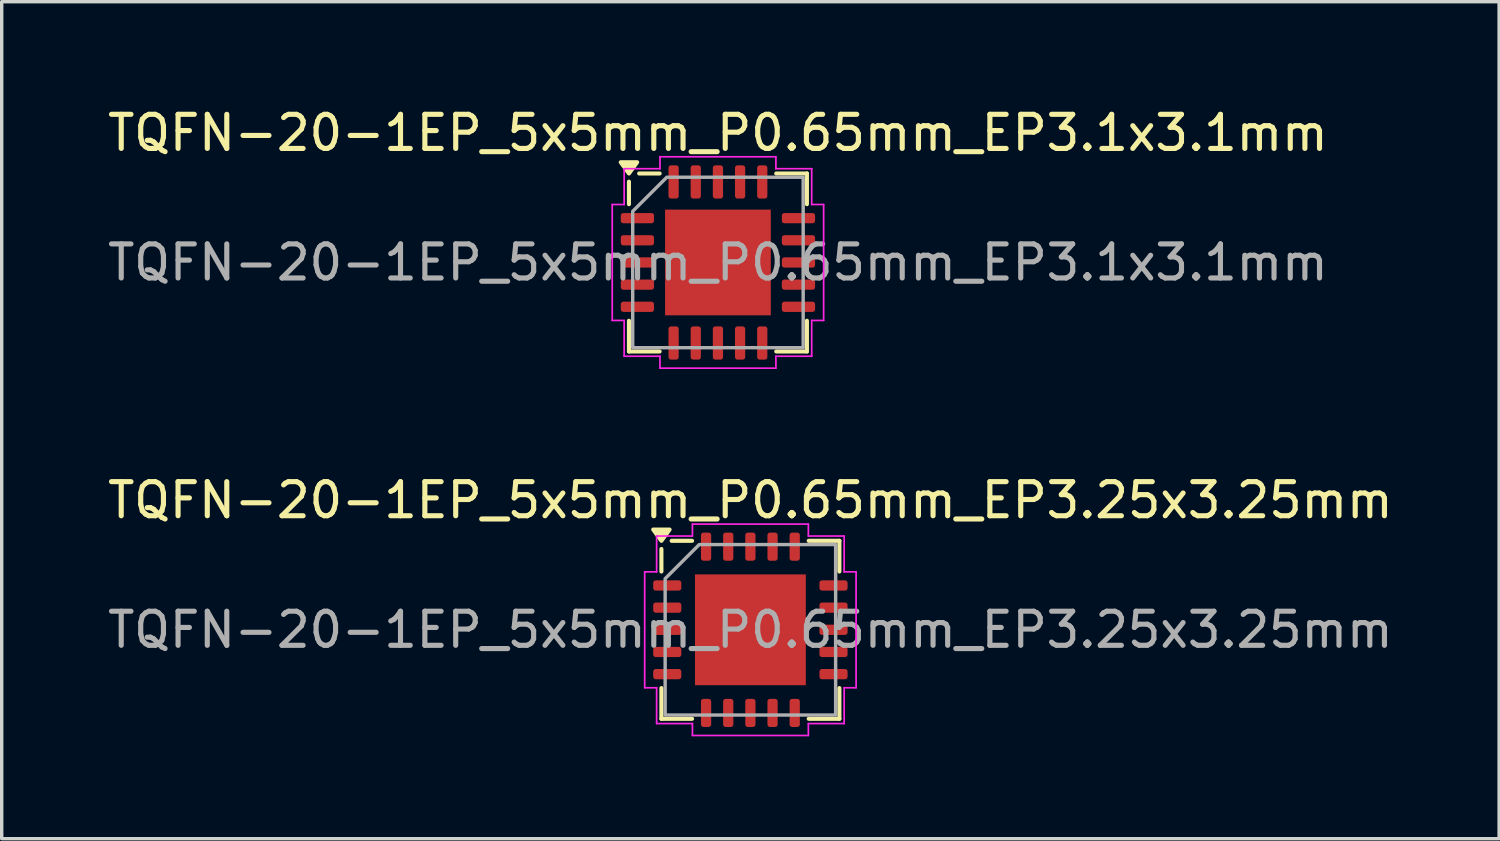
<source format=kicad_pcb>
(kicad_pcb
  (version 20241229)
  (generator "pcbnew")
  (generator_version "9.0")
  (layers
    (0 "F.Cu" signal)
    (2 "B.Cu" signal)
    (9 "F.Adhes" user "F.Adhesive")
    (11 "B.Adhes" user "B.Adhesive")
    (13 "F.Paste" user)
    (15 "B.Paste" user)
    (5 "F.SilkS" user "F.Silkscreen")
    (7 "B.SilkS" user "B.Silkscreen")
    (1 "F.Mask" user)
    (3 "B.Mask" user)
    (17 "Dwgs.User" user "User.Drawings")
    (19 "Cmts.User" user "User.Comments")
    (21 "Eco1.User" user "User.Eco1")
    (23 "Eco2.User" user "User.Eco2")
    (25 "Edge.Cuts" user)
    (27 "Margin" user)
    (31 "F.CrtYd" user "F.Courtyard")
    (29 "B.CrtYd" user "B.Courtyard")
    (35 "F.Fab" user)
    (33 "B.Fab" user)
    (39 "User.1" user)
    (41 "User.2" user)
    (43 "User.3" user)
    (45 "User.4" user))
  (footprint "TQFN-20-1EP_5x5mm_P0.65mm_EP3.25x3.25mm"
    (layer "F.Cu")
    (at 18.958 15.421)
    (property "Reference" "TQFN-20-1EP_5x5mm_P0.65mm_EP3.25x3.25mm" (at 0 -3.8 0) (layer "F.SilkS") (effects (font (size 1 1) (thickness 0.15))))
    (attr smd)
    (fp_line (start -2.61 -1.71) (end -2.61 -2.37) (stroke (width 0.12) (type solid)) (layer "F.SilkS"))
    (fp_line (start -2.61 2.61) (end -2.61 1.71) (stroke (width 0.12) (type solid)) (layer "F.SilkS"))
    (fp_line (start -1.71 -2.61) (end -2.31 -2.61) (stroke (width 0.12) (type solid)) (layer "F.SilkS"))
    (fp_line (start -1.71 2.61) (end -2.61 2.61) (stroke (width 0.12) (type solid)) (layer "F.SilkS"))
    (fp_line (start 1.71 -2.61) (end 2.61 -2.61) (stroke (width 0.12) (type solid)) (layer "F.SilkS"))
    (fp_line (start 1.71 2.61) (end 2.61 2.61) (stroke (width 0.12) (type solid)) (layer "F.SilkS"))
    (fp_line (start 2.61 -2.61) (end 2.61 -1.71) (stroke (width 0.12) (type solid)) (layer "F.SilkS"))
    (fp_line (start 2.61 2.61) (end 2.61 1.71) (stroke (width 0.12) (type solid)) (layer "F.SilkS"))
    (fp_poly (pts (xy -2.61 -2.61) (xy -2.85 -2.94) (xy -2.37 -2.94)) (stroke (width 0.12) (type solid)) (fill yes) (layer "F.SilkS"))
    (fp_line (start -3.1 -1.7) (end -2.75 -1.7) (stroke (width 0.05) (type solid)) (layer "F.CrtYd"))
    (fp_line (start -3.1 1.7) (end -3.1 -1.7) (stroke (width 0.05) (type solid)) (layer "F.CrtYd"))
    (fp_line (start -2.75 -2.75) (end -1.7 -2.75) (stroke (width 0.05) (type solid)) (layer "F.CrtYd"))
    (fp_line (start -2.75 -1.7) (end -2.75 -2.75) (stroke (width 0.05) (type solid)) (layer "F.CrtYd"))
    (fp_line (start -2.75 1.7) (end -3.1 1.7) (stroke (width 0.05) (type solid)) (layer "F.CrtYd"))
    (fp_line (start -2.75 2.75) (end -2.75 1.7) (stroke (width 0.05) (type solid)) (layer "F.CrtYd"))
    (fp_line (start -1.7 -3.1) (end 1.7 -3.1) (stroke (width 0.05) (type solid)) (layer "F.CrtYd"))
    (fp_line (start -1.7 -2.75) (end -1.7 -3.1) (stroke (width 0.05) (type solid)) (layer "F.CrtYd"))
    (fp_line (start -1.7 2.75) (end -2.75 2.75) (stroke (width 0.05) (type solid)) (layer "F.CrtYd"))
    (fp_line (start -1.7 3.1) (end -1.7 2.75) (stroke (width 0.05) (type solid)) (layer "F.CrtYd"))
    (fp_line (start 1.7 -3.1) (end 1.7 -2.75) (stroke (width 0.05) (type solid)) (layer "F.CrtYd"))
    (fp_line (start 1.7 -2.75) (end 2.75 -2.75) (stroke (width 0.05) (type solid)) (layer "F.CrtYd"))
    (fp_line (start 1.7 2.75) (end 1.7 3.1) (stroke (width 0.05) (type solid)) (layer "F.CrtYd"))
    (fp_line (start 1.7 3.1) (end -1.7 3.1) (stroke (width 0.05) (type solid)) (layer "F.CrtYd"))
    (fp_line (start 2.75 -2.75) (end 2.75 -1.7) (stroke (width 0.05) (type solid)) (layer "F.CrtYd"))
    (fp_line (start 2.75 -1.7) (end 3.1 -1.7) (stroke (width 0.05) (type solid)) (layer "F.CrtYd"))
    (fp_line (start 2.75 1.7) (end 2.75 2.75) (stroke (width 0.05) (type solid)) (layer "F.CrtYd"))
    (fp_line (start 2.75 2.75) (end 1.7 2.75) (stroke (width 0.05) (type solid)) (layer "F.CrtYd"))
    (fp_line (start 3.1 -1.7) (end 3.1 1.7) (stroke (width 0.05) (type solid)) (layer "F.CrtYd"))
    (fp_line (start 3.1 1.7) (end 2.75 1.7) (stroke (width 0.05) (type solid)) (layer "F.CrtYd"))
    (fp_poly (pts (xy -2.5 -1.5) (xy -2.5 2.5) (xy 2.5 2.5) (xy 2.5 -2.5) (xy -1.5 -2.5)) (stroke (width 0.1) (type solid)) (fill no) (layer "F.Fab"))
    (fp_text user "${REFERENCE}" (at 0 0 0) (layer "F.Fab") (effects (font (size 1 1) (thickness 0.15))))
    (pad "" smd roundrect (at -0.81 -0.81) (size 1.31 1.31) (layers "F.Paste") (roundrect_rratio 0.191))
    (pad "" smd roundrect (at -0.81 0.81) (size 1.31 1.31) (layers "F.Paste") (roundrect_rratio 0.191))
    (pad "" smd roundrect (at 0.81 -0.81) (size 1.31 1.31) (layers "F.Paste") (roundrect_rratio 0.191))
    (pad "" smd roundrect (at 0.81 0.81) (size 1.31 1.31) (layers "F.Paste") (roundrect_rratio 0.191))
    (pad "1" smd roundrect (at -2.438 -1.3) (size 0.825 0.3) (layers "F.Cu" "F.Mask" "F.Paste") (roundrect_rratio 0.25))
    (pad "2" smd roundrect (at -2.438 -0.65) (size 0.825 0.3) (layers "F.Cu" "F.Mask" "F.Paste") (roundrect_rratio 0.25))
    (pad "3" smd roundrect (at -2.438 0) (size 0.825 0.3) (layers "F.Cu" "F.Mask" "F.Paste") (roundrect_rratio 0.25))
    (pad "4" smd roundrect (at -2.438 0.65) (size 0.825 0.3) (layers "F.Cu" "F.Mask" "F.Paste") (roundrect_rratio 0.25))
    (pad "5" smd roundrect (at -2.438 1.3) (size 0.825 0.3) (layers "F.Cu" "F.Mask" "F.Paste") (roundrect_rratio 0.25))
    (pad "6" smd roundrect (at -1.3 2.438) (size 0.3 0.825) (layers "F.Cu" "F.Mask" "F.Paste") (roundrect_rratio 0.25))
    (pad "7" smd roundrect (at -0.65 2.438) (size 0.3 0.825) (layers "F.Cu" "F.Mask" "F.Paste") (roundrect_rratio 0.25))
    (pad "8" smd roundrect (at 0 2.438) (size 0.3 0.825) (layers "F.Cu" "F.Mask" "F.Paste") (roundrect_rratio 0.25))
    (pad "9" smd roundrect (at 0.65 2.438) (size 0.3 0.825) (layers "F.Cu" "F.Mask" "F.Paste") (roundrect_rratio 0.25))
    (pad "10" smd roundrect (at 1.3 2.438) (size 0.3 0.825) (layers "F.Cu" "F.Mask" "F.Paste") (roundrect_rratio 0.25))
    (pad "11" smd roundrect (at 2.438 1.3) (size 0.825 0.3) (layers "F.Cu" "F.Mask" "F.Paste") (roundrect_rratio 0.25))
    (pad "12" smd roundrect (at 2.438 0.65) (size 0.825 0.3) (layers "F.Cu" "F.Mask" "F.Paste") (roundrect_rratio 0.25))
    (pad "13" smd roundrect (at 2.438 0) (size 0.825 0.3) (layers "F.Cu" "F.Mask" "F.Paste") (roundrect_rratio 0.25))
    (pad "14" smd roundrect (at 2.438 -0.65) (size 0.825 0.3) (layers "F.Cu" "F.Mask" "F.Paste") (roundrect_rratio 0.25))
    (pad "15" smd roundrect (at 2.438 -1.3) (size 0.825 0.3) (layers "F.Cu" "F.Mask" "F.Paste") (roundrect_rratio 0.25))
    (pad "16" smd roundrect (at 1.3 -2.438) (size 0.3 0.825) (layers "F.Cu" "F.Mask" "F.Paste") (roundrect_rratio 0.25))
    (pad "17" smd roundrect (at 0.65 -2.438) (size 0.3 0.825) (layers "F.Cu" "F.Mask" "F.Paste") (roundrect_rratio 0.25))
    (pad "18" smd roundrect (at 0 -2.438) (size 0.3 0.825) (layers "F.Cu" "F.Mask" "F.Paste") (roundrect_rratio 0.25))
    (pad "19" smd roundrect (at -0.65 -2.438) (size 0.3 0.825) (layers "F.Cu" "F.Mask" "F.Paste") (roundrect_rratio 0.25))
    (pad "20" smd roundrect (at -1.3 -2.438) (size 0.3 0.825) (layers "F.Cu" "F.Mask" "F.Paste") (roundrect_rratio 0.25))
    (pad "21" smd rect (at 0 0) (size 3.25 3.25) (property pad_prop_heatsink) (layers "F.Cu" "F.Mask")))
  (footprint "TQFN-20-1EP_5x5mm_P0.65mm_EP3.1x3.1mm"
    (layer "F.Cu")
    (at 18.006 4.648)
    (property "Reference" "TQFN-20-1EP_5x5mm_P0.65mm_EP3.1x3.1mm" (at 0 -3.8 0) (layer "F.SilkS") (effects (font (size 1 1) (thickness 0.15))))
    (attr smd)
    (fp_line (start -2.61 -1.71) (end -2.61 -2.37) (stroke (width 0.12) (type solid)) (layer "F.SilkS"))
    (fp_line (start -2.61 2.61) (end -2.61 1.71) (stroke (width 0.12) (type solid)) (layer "F.SilkS"))
    (fp_line (start -1.71 -2.61) (end -2.31 -2.61) (stroke (width 0.12) (type solid)) (layer "F.SilkS"))
    (fp_line (start -1.71 2.61) (end -2.61 2.61) (stroke (width 0.12) (type solid)) (layer "F.SilkS"))
    (fp_line (start 1.71 -2.61) (end 2.61 -2.61) (stroke (width 0.12) (type solid)) (layer "F.SilkS"))
    (fp_line (start 1.71 2.61) (end 2.61 2.61) (stroke (width 0.12) (type solid)) (layer "F.SilkS"))
    (fp_line (start 2.61 -2.61) (end 2.61 -1.71) (stroke (width 0.12) (type solid)) (layer "F.SilkS"))
    (fp_line (start 2.61 2.61) (end 2.61 1.71) (stroke (width 0.12) (type solid)) (layer "F.SilkS"))
    (fp_poly (pts (xy -2.61 -2.61) (xy -2.85 -2.94) (xy -2.37 -2.94)) (stroke (width 0.12) (type solid)) (fill yes) (layer "F.SilkS"))
    (fp_line (start -3.1 -1.7) (end -2.75 -1.7) (stroke (width 0.05) (type solid)) (layer "F.CrtYd"))
    (fp_line (start -3.1 1.7) (end -3.1 -1.7) (stroke (width 0.05) (type solid)) (layer "F.CrtYd"))
    (fp_line (start -2.75 -2.75) (end -1.7 -2.75) (stroke (width 0.05) (type solid)) (layer "F.CrtYd"))
    (fp_line (start -2.75 -1.7) (end -2.75 -2.75) (stroke (width 0.05) (type solid)) (layer "F.CrtYd"))
    (fp_line (start -2.75 1.7) (end -3.1 1.7) (stroke (width 0.05) (type solid)) (layer "F.CrtYd"))
    (fp_line (start -2.75 2.75) (end -2.75 1.7) (stroke (width 0.05) (type solid)) (layer "F.CrtYd"))
    (fp_line (start -1.7 -3.1) (end 1.7 -3.1) (stroke (width 0.05) (type solid)) (layer "F.CrtYd"))
    (fp_line (start -1.7 -2.75) (end -1.7 -3.1) (stroke (width 0.05) (type solid)) (layer "F.CrtYd"))
    (fp_line (start -1.7 2.75) (end -2.75 2.75) (stroke (width 0.05) (type solid)) (layer "F.CrtYd"))
    (fp_line (start -1.7 3.1) (end -1.7 2.75) (stroke (width 0.05) (type solid)) (layer "F.CrtYd"))
    (fp_line (start 1.7 -3.1) (end 1.7 -2.75) (stroke (width 0.05) (type solid)) (layer "F.CrtYd"))
    (fp_line (start 1.7 -2.75) (end 2.75 -2.75) (stroke (width 0.05) (type solid)) (layer "F.CrtYd"))
    (fp_line (start 1.7 2.75) (end 1.7 3.1) (stroke (width 0.05) (type solid)) (layer "F.CrtYd"))
    (fp_line (start 1.7 3.1) (end -1.7 3.1) (stroke (width 0.05) (type solid)) (layer "F.CrtYd"))
    (fp_line (start 2.75 -2.75) (end 2.75 -1.7) (stroke (width 0.05) (type solid)) (layer "F.CrtYd"))
    (fp_line (start 2.75 -1.7) (end 3.1 -1.7) (stroke (width 0.05) (type solid)) (layer "F.CrtYd"))
    (fp_line (start 2.75 1.7) (end 2.75 2.75) (stroke (width 0.05) (type solid)) (layer "F.CrtYd"))
    (fp_line (start 2.75 2.75) (end 1.7 2.75) (stroke (width 0.05) (type solid)) (layer "F.CrtYd"))
    (fp_line (start 3.1 -1.7) (end 3.1 1.7) (stroke (width 0.05) (type solid)) (layer "F.CrtYd"))
    (fp_line (start 3.1 1.7) (end 2.75 1.7) (stroke (width 0.05) (type solid)) (layer "F.CrtYd"))
    (fp_poly (pts (xy -2.5 -1.5) (xy -2.5 2.5) (xy 2.5 2.5) (xy 2.5 -2.5) (xy -1.5 -2.5)) (stroke (width 0.1) (type solid)) (fill no) (layer "F.Fab"))
    (fp_text user "${REFERENCE}" (at 0 0 0) (layer "F.Fab") (effects (font (size 1 1) (thickness 0.15))))
    (pad "" smd roundrect (at -0.775 -0.775) (size 1.25 1.25) (layers "F.Paste") (roundrect_rratio 0.2))
    (pad "" smd roundrect (at -0.775 0.775) (size 1.25 1.25) (layers "F.Paste") (roundrect_rratio 0.2))
    (pad "" smd roundrect (at 0.775 -0.775) (size 1.25 1.25) (layers "F.Paste") (roundrect_rratio 0.2))
    (pad "" smd roundrect (at 0.775 0.775) (size 1.25 1.25) (layers "F.Paste") (roundrect_rratio 0.2))
    (pad "1" smd roundrect (at -2.362 -1.3) (size 0.975 0.3) (layers "F.Cu" "F.Mask" "F.Paste") (roundrect_rratio 0.25))
    (pad "2" smd roundrect (at -2.362 -0.65) (size 0.975 0.3) (layers "F.Cu" "F.Mask" "F.Paste") (roundrect_rratio 0.25))
    (pad "3" smd roundrect (at -2.362 0) (size 0.975 0.3) (layers "F.Cu" "F.Mask" "F.Paste") (roundrect_rratio 0.25))
    (pad "4" smd roundrect (at -2.362 0.65) (size 0.975 0.3) (layers "F.Cu" "F.Mask" "F.Paste") (roundrect_rratio 0.25))
    (pad "5" smd roundrect (at -2.362 1.3) (size 0.975 0.3) (layers "F.Cu" "F.Mask" "F.Paste") (roundrect_rratio 0.25))
    (pad "6" smd roundrect (at -1.3 2.362) (size 0.3 0.975) (layers "F.Cu" "F.Mask" "F.Paste") (roundrect_rratio 0.25))
    (pad "7" smd roundrect (at -0.65 2.362) (size 0.3 0.975) (layers "F.Cu" "F.Mask" "F.Paste") (roundrect_rratio 0.25))
    (pad "8" smd roundrect (at 0 2.362) (size 0.3 0.975) (layers "F.Cu" "F.Mask" "F.Paste") (roundrect_rratio 0.25))
    (pad "9" smd roundrect (at 0.65 2.362) (size 0.3 0.975) (layers "F.Cu" "F.Mask" "F.Paste") (roundrect_rratio 0.25))
    (pad "10" smd roundrect (at 1.3 2.362) (size 0.3 0.975) (layers "F.Cu" "F.Mask" "F.Paste") (roundrect_rratio 0.25))
    (pad "11" smd roundrect (at 2.362 1.3) (size 0.975 0.3) (layers "F.Cu" "F.Mask" "F.Paste") (roundrect_rratio 0.25))
    (pad "12" smd roundrect (at 2.362 0.65) (size 0.975 0.3) (layers "F.Cu" "F.Mask" "F.Paste") (roundrect_rratio 0.25))
    (pad "13" smd roundrect (at 2.362 0) (size 0.975 0.3) (layers "F.Cu" "F.Mask" "F.Paste") (roundrect_rratio 0.25))
    (pad "14" smd roundrect (at 2.362 -0.65) (size 0.975 0.3) (layers "F.Cu" "F.Mask" "F.Paste") (roundrect_rratio 0.25))
    (pad "15" smd roundrect (at 2.362 -1.3) (size 0.975 0.3) (layers "F.Cu" "F.Mask" "F.Paste") (roundrect_rratio 0.25))
    (pad "16" smd roundrect (at 1.3 -2.362) (size 0.3 0.975) (layers "F.Cu" "F.Mask" "F.Paste") (roundrect_rratio 0.25))
    (pad "17" smd roundrect (at 0.65 -2.362) (size 0.3 0.975) (layers "F.Cu" "F.Mask" "F.Paste") (roundrect_rratio 0.25))
    (pad "18" smd roundrect (at 0 -2.362) (size 0.3 0.975) (layers "F.Cu" "F.Mask" "F.Paste") (roundrect_rratio 0.25))
    (pad "19" smd roundrect (at -0.65 -2.362) (size 0.3 0.975) (layers "F.Cu" "F.Mask" "F.Paste") (roundrect_rratio 0.25))
    (pad "20" smd roundrect (at -1.3 -2.362) (size 0.3 0.975) (layers "F.Cu" "F.Mask" "F.Paste") (roundrect_rratio 0.25))
    (pad "21" smd rect (at 0 0) (size 3.1 3.1) (property pad_prop_heatsink) (layers "F.Cu" "F.Mask")))
  (gr_rect
    (start -3 -3)
    (end 40.917 21.547)
    (stroke (width 0.1) (type default))
    (fill no)
    (layer "Edge.Cuts")))
</source>
